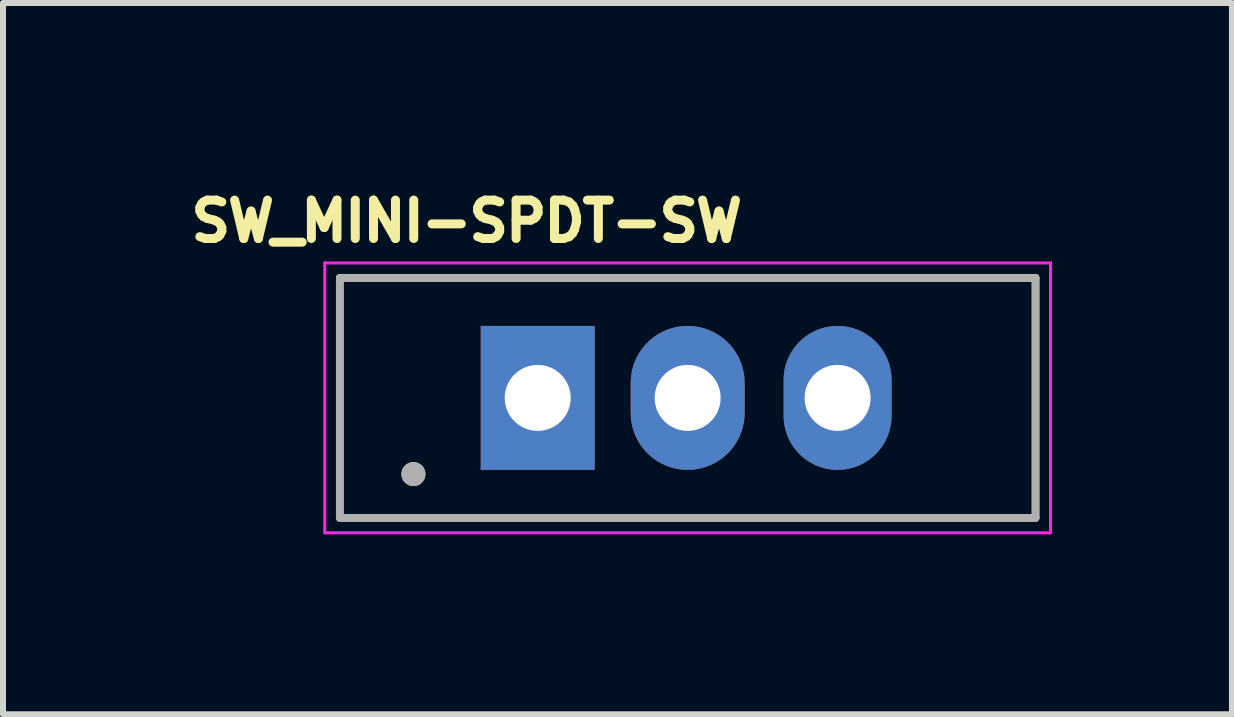
<source format=kicad_pcb>
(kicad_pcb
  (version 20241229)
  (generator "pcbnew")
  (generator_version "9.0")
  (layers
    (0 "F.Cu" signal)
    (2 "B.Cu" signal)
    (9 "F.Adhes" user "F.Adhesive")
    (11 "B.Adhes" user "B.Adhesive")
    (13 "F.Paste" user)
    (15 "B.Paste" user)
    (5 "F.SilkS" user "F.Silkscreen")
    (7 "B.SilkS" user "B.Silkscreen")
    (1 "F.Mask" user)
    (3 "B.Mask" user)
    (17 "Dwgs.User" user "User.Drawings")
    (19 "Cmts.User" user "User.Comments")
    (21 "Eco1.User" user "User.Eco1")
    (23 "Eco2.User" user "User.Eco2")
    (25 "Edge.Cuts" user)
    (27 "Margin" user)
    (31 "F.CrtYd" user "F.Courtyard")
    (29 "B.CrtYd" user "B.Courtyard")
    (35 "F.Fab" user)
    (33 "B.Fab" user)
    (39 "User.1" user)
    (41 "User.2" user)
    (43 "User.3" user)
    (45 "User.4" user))
  (footprint "SW_MINI-SPDT-SW"
    (layer "F.Cu")
    (at 8.415 3.584)
    (property "Reference" "SW_MINI-SPDT-SW" (at -3.683 -2.946 0) (layer "F.SilkS") (effects (font (size 0.64 0.64) (thickness 0.15))))
    (attr through_hole)
    (fp_line (start -5.8 -2) (end -5.8 2) (stroke (width 0.127) (type solid)) (layer "F.SilkS"))
    (fp_line (start -5.8 2) (end 5.8 2) (stroke (width 0.127) (type solid)) (layer "F.SilkS"))
    (fp_line (start 5.8 -2) (end -5.8 -2) (stroke (width 0.127) (type solid)) (layer "F.SilkS"))
    (fp_line (start 5.8 2) (end 5.8 -2) (stroke (width 0.127) (type solid)) (layer "F.SilkS"))
    (fp_circle (center -4.572 1.27) (end -4.472 1.27) (stroke (width 0.2) (type solid)) (fill no) (layer "F.SilkS"))
    (fp_line (start -6.05 -2.25) (end -6.05 2.25) (stroke (width 0.05) (type solid)) (layer "F.CrtYd"))
    (fp_line (start -6.05 2.25) (end 6.05 2.25) (stroke (width 0.05) (type solid)) (layer "F.CrtYd"))
    (fp_line (start 6.05 -2.25) (end -6.05 -2.25) (stroke (width 0.05) (type solid)) (layer "F.CrtYd"))
    (fp_line (start 6.05 2.25) (end 6.05 -2.25) (stroke (width 0.05) (type solid)) (layer "F.CrtYd"))
    (fp_line (start -5.8 -2) (end -5.8 2) (stroke (width 0.127) (type solid)) (layer "F.Fab"))
    (fp_line (start -5.8 2) (end 5.8 2) (stroke (width 0.127) (type solid)) (layer "F.Fab"))
    (fp_line (start 5.8 -2) (end -5.8 -2) (stroke (width 0.127) (type solid)) (layer "F.Fab"))
    (fp_line (start 5.8 2) (end 5.8 -2) (stroke (width 0.127) (type solid)) (layer "F.Fab"))
    (fp_circle (center -4.572 1.27) (end -4.472 1.27) (stroke (width 0.2) (type solid)) (fill no) (layer "F.Fab"))
    (pad "1" thru_hole rect (at -2.5 0) (size 1.9 2.4) (drill 1.1) (layers "*.Cu" "*.Mask"))
    (pad "2" thru_hole oval (at 0 0) (size 1.9 2.4) (drill 1.1) (layers "*.Cu" "*.Mask"))
    (pad "3" thru_hole oval (at 2.5 0) (size 1.8 2.4) (drill 1.1) (layers "*.Cu" "*.Mask")))
  (gr_rect
    (start -3 -3)
    (end 17.49 8.859)
    (stroke (width 0.1) (type default))
    (fill no)
    (layer "Edge.Cuts")))
</source>
